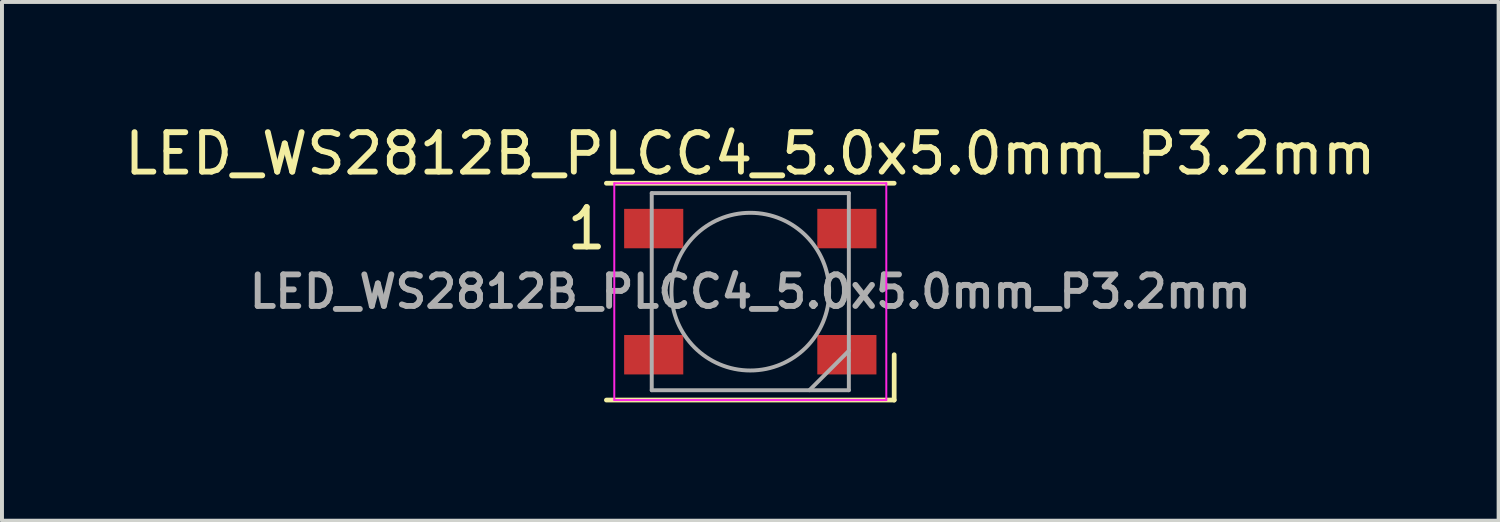
<source format=kicad_pcb>
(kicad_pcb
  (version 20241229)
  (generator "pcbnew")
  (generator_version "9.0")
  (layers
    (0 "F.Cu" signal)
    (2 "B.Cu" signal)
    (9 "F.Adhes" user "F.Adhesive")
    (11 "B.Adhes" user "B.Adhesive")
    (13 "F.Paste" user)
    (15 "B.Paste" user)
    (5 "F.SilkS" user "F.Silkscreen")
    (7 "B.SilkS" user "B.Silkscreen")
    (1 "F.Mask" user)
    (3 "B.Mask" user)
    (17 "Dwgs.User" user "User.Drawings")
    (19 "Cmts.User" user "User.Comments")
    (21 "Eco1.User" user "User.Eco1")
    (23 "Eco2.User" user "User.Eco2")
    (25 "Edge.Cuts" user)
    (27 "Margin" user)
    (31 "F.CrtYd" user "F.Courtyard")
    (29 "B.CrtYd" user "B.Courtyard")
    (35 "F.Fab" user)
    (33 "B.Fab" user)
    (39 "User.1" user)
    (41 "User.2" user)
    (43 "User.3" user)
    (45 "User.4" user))
  (footprint "LED_WS2812B_PLCC4_5.0x5.0mm_P3.2mm"
    (layer "F.Cu")
    (at 15.982 4.348)
    (property "Reference" "LED_WS2812B_PLCC4_5.0x5.0mm_P3.2mm" (at 0 -3.5 0) (layer "F.SilkS") (effects (font (size 1 1) (thickness 0.15))))
    (attr smd)
    (fp_line (start -3.65 -2.75) (end 3.65 -2.75) (stroke (width 0.12) (type solid)) (layer "F.SilkS"))
    (fp_line (start -3.65 2.75) (end 3.65 2.75) (stroke (width 0.12) (type solid)) (layer "F.SilkS"))
    (fp_line (start 3.65 2.75) (end 3.65 1.6) (stroke (width 0.12) (type solid)) (layer "F.SilkS"))
    (fp_line (start -3.45 -2.75) (end -3.45 2.75) (stroke (width 0.05) (type solid)) (layer "F.CrtYd"))
    (fp_line (start -3.45 2.75) (end 3.45 2.75) (stroke (width 0.05) (type solid)) (layer "F.CrtYd"))
    (fp_line (start 3.45 -2.75) (end -3.45 -2.75) (stroke (width 0.05) (type solid)) (layer "F.CrtYd"))
    (fp_line (start 3.45 2.75) (end 3.45 -2.75) (stroke (width 0.05) (type solid)) (layer "F.CrtYd"))
    (fp_line (start -2.5 -2.5) (end -2.5 2.5) (stroke (width 0.1) (type solid)) (layer "F.Fab"))
    (fp_line (start -2.5 2.5) (end 2.5 2.5) (stroke (width 0.1) (type solid)) (layer "F.Fab"))
    (fp_line (start 2.5 -2.5) (end -2.5 -2.5) (stroke (width 0.1) (type solid)) (layer "F.Fab"))
    (fp_line (start 2.5 1.5) (end 1.5 2.5) (stroke (width 0.1) (type solid)) (layer "F.Fab"))
    (fp_line (start 2.5 2.5) (end 2.5 -2.5) (stroke (width 0.1) (type solid)) (layer "F.Fab"))
    (fp_circle (center 0 0) (end 0 -2) (stroke (width 0.1) (type solid)) (fill no) (layer "F.Fab"))
    (fp_text user "1" (at -4.15 -1.6 0) (layer "F.SilkS") (effects (font (size 1 1) (thickness 0.15))))
    (fp_text user "${REFERENCE}" (at 0 0 0) (layer "F.Fab") (effects (font (size 0.8 0.8) (thickness 0.15))))
    (pad "1" smd rect (at -2.45 -1.6) (size 1.5 1) (layers "F.Cu" "F.Mask" "F.Paste"))
    (pad "2" smd rect (at -2.45 1.6) (size 1.5 1) (layers "F.Cu" "F.Mask" "F.Paste"))
    (pad "3" smd rect (at 2.45 1.6) (size 1.5 1) (layers "F.Cu" "F.Mask" "F.Paste"))
    (pad "4" smd rect (at 2.45 -1.6) (size 1.5 1) (layers "F.Cu" "F.Mask" "F.Paste")))
  (gr_rect
    (start -3 -3)
    (end 34.964 10.158)
    (stroke (width 0.1) (type default))
    (fill no)
    (layer "Edge.Cuts")))
</source>
